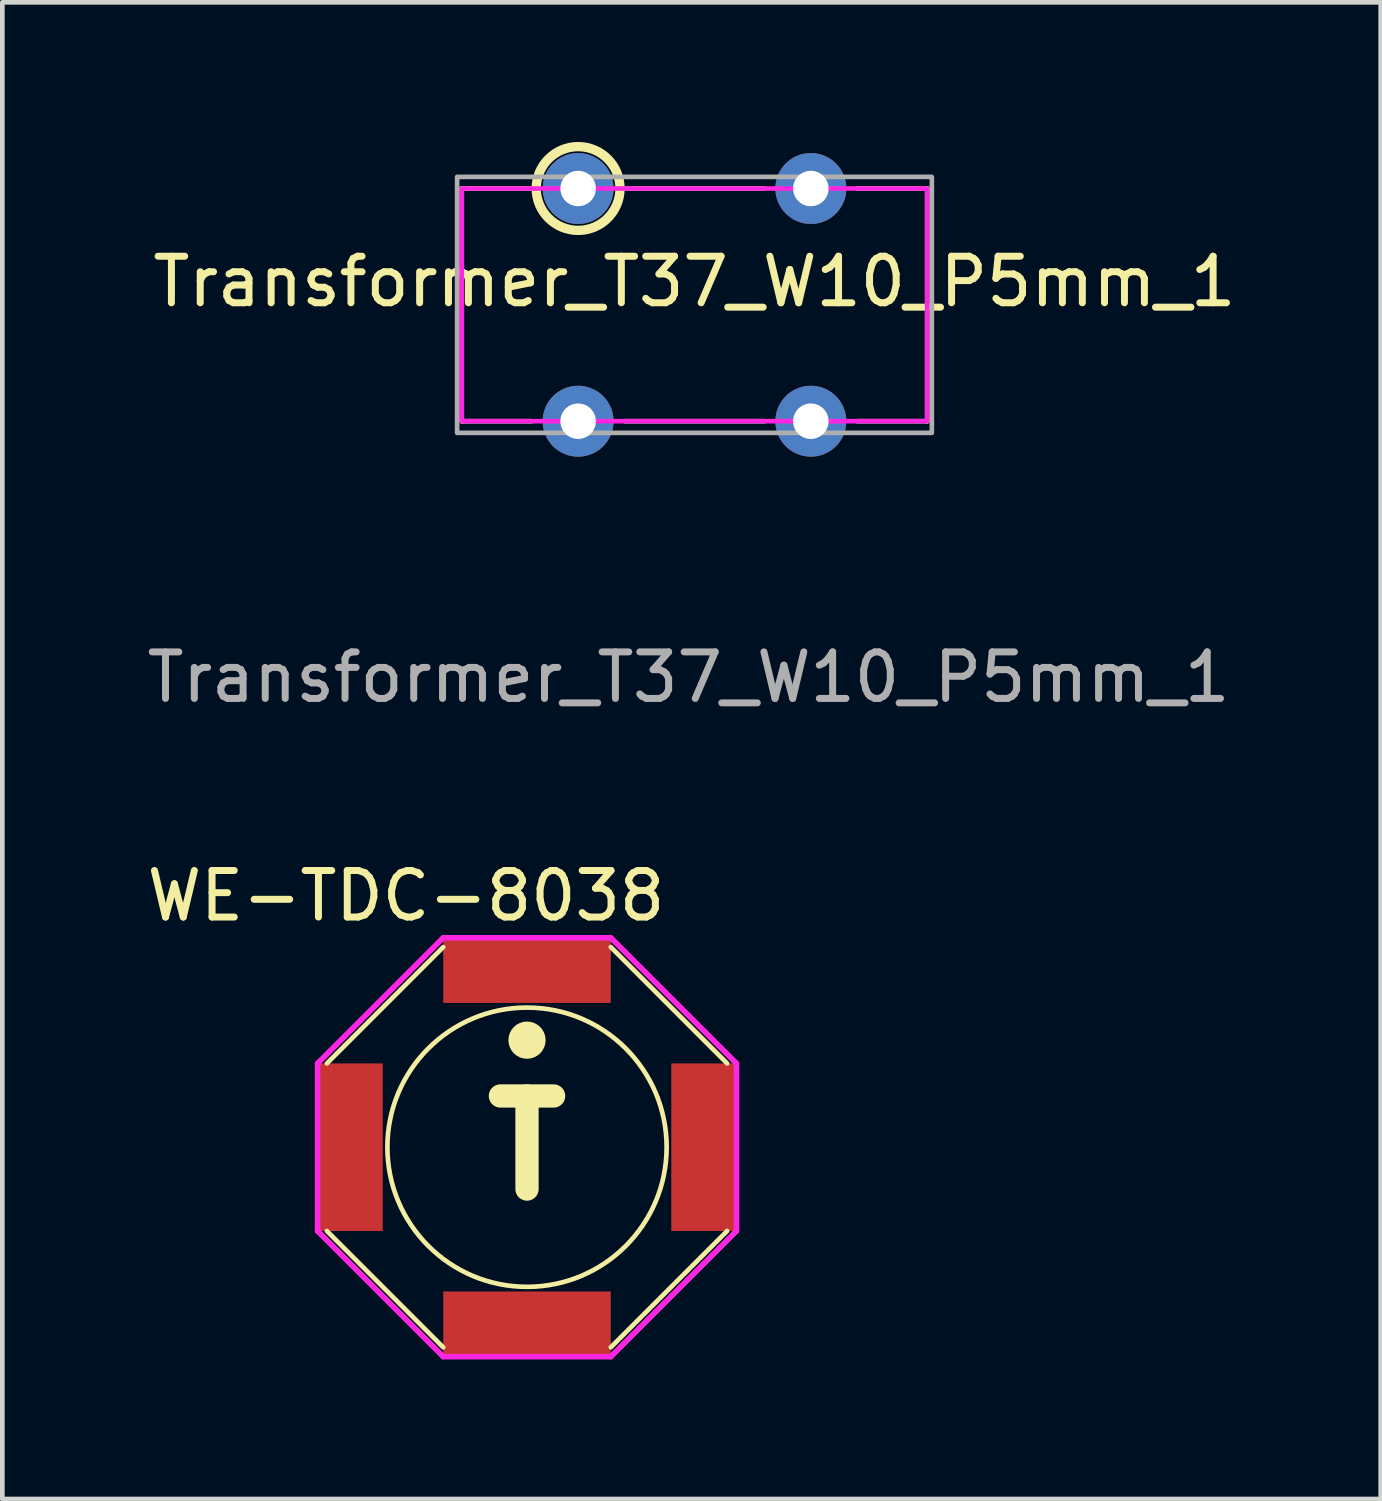
<source format=kicad_pcb>
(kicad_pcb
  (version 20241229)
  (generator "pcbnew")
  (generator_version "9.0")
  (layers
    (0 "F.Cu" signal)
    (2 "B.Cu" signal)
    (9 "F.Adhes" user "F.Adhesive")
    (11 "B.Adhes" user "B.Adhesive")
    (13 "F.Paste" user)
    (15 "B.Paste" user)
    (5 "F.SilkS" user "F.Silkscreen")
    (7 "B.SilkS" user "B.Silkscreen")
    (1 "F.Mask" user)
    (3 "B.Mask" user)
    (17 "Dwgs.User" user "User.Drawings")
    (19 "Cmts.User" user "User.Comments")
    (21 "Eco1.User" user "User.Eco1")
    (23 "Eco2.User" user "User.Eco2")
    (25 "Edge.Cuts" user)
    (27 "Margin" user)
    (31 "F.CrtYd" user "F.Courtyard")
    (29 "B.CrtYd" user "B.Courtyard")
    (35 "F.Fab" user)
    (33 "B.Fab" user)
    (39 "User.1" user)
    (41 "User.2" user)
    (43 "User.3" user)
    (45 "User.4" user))
  (footprint "Transformer_T37_W10_P5mm_1"
    (layer "F.Cu")
    (at 11.871 3.5)
    (property "Reference" "Transformer_T37_W10_P5mm_1" (at 0 -0.5 0) (unlocked yes) (layer "F.SilkS") (effects (font (size 1 1) (thickness 0.15))))
    (attr through_hole)
    (fp_line (start -5 -2.5) (end -3.5 -2.5) (stroke (width 0.1) (type default)) (layer "F.SilkS"))
    (fp_line (start -5 2.5) (end -5 -2.5) (stroke (width 0.1) (type default)) (layer "F.SilkS"))
    (fp_line (start -3.5 2.5) (end -5 2.5) (stroke (width 0.1) (type default)) (layer "F.SilkS"))
    (fp_line (start -1.5 -2.5) (end 1.5 -2.5) (stroke (width 0.1) (type default)) (layer "F.SilkS"))
    (fp_line (start 1.5 2.5) (end -1.5 2.5) (stroke (width 0.1) (type default)) (layer "F.SilkS"))
    (fp_line (start 3.5 -2.5) (end 5 -2.5) (stroke (width 0.1) (type default)) (layer "F.SilkS"))
    (fp_line (start 5 -2.5) (end 5 2.5) (stroke (width 0.1) (type default)) (layer "F.SilkS"))
    (fp_line (start 5 2.5) (end 3.5 2.5) (stroke (width 0.1) (type default)) (layer "F.SilkS"))
    (fp_circle (center -2.5 -2.5) (end -1.6 -2.5) (stroke (width 0.2) (type solid)) (fill no) (layer "F.SilkS"))
    (fp_rect (start -5 -2.5) (end 5 2.5) (stroke (width 0.1) (type default)) (fill no) (layer "F.CrtYd"))
    (fp_rect (start -5.1 -2.75) (end 5.1 2.75) (stroke (width 0.1) (type default)) (fill no) (layer "F.Fab"))
    (fp_text user "${REFERENCE}" (at -0.127 8.001 0) (unlocked yes) (layer "F.Fab") (effects (font (size 1 1) (thickness 0.15))))
    (pad "1" thru_hole circle (at -2.5 -2.5) (size 1.524 1.524) (drill 0.762) (layers "*.Cu" "*.Mask"))
    (pad "2" thru_hole circle (at 2.5 -2.5) (size 1.524 1.524) (drill 0.762) (layers "*.Cu" "*.Mask"))
    (pad "3" thru_hole circle (at 2.5 2.5) (size 1.524 1.524) (drill 0.762) (layers "*.Cu" "*.Mask"))
    (pad "4" thru_hole circle (at -2.5 2.5) (size 1.524 1.524) (drill 0.762) (layers "*.Cu" "*.Mask")))
  (footprint "WE-TDC-8038"
    (layer "F.Cu")
    (at 8.273 21.598)
    (property "Reference" "WE-TDC-8038" (at -2.6 -5.4 0) (layer "F.SilkS") (effects (font (size 1 1) (thickness 0.15))))
    (attr smd)
    (fp_line (start -4.3 -1.8) (end -1.8 -4.3) (stroke (width 0.1) (type solid)) (layer "F.SilkS"))
    (fp_line (start -1.8 4.3) (end -4.3 1.8) (stroke (width 0.1) (type solid)) (layer "F.SilkS"))
    (fp_line (start 1.8 -4.3) (end 4.3 -1.8) (stroke (width 0.1) (type solid)) (layer "F.SilkS"))
    (fp_line (start 4.3 1.8) (end 1.8 4.3) (stroke (width 0.1) (type solid)) (layer "F.SilkS"))
    (fp_circle (center 0 -2.3) (end 0.2 -2.3) (stroke (width 0.4) (type solid)) (fill no) (layer "F.SilkS"))
    (fp_circle (center 0 0) (end 0 -3) (stroke (width 0.1) (type solid)) (fill no) (layer "F.SilkS"))
    (fp_line (start -4.5 -1.8) (end -1.8 -4.5) (stroke (width 0.12) (type solid)) (layer "F.CrtYd"))
    (fp_line (start -4.5 1.8) (end -4.5 -1.8) (stroke (width 0.12) (type solid)) (layer "F.CrtYd"))
    (fp_line (start -1.8 -4.5) (end 1.8 -4.5) (stroke (width 0.12) (type solid)) (layer "F.CrtYd"))
    (fp_line (start -1.8 4.5) (end -4.5 1.8) (stroke (width 0.12) (type solid)) (layer "F.CrtYd"))
    (fp_line (start 1.8 -4.5) (end 4.5 -1.8) (stroke (width 0.12) (type solid)) (layer "F.CrtYd"))
    (fp_line (start 1.8 4.5) (end -1.8 4.5) (stroke (width 0.12) (type solid)) (layer "F.CrtYd"))
    (fp_line (start 4.5 -1.8) (end 4.5 1.8) (stroke (width 0.12) (type solid)) (layer "F.CrtYd"))
    (fp_line (start 4.5 1.8) (end 1.8 4.5) (stroke (width 0.12) (type solid)) (layer "F.CrtYd"))
    (fp_text user "T" (at 0 0 0) (layer "F.SilkS") (effects (font (size 2 2) (thickness 0.5))))
    (pad "1" smd rect (at 0 -3.8) (size 3.6 1.4) (layers "F.Cu" "F.Mask" "F.Paste"))
    (pad "2" smd rect (at 3.8 0 90) (size 3.6 1.4) (layers "F.Cu" "F.Mask" "F.Paste"))
    (pad "3" smd rect (at 0 3.8) (size 3.6 1.4) (layers "F.Cu" "F.Mask" "F.Paste"))
    (pad "4" smd rect (at -3.8 0 90) (size 3.6 1.4) (layers "F.Cu" "F.Mask" "F.Paste")))
  (gr_rect
    (start -3 -3)
    (end 26.615 29.157)
    (stroke (width 0.1) (type default))
    (fill no)
    (layer "Edge.Cuts")))
</source>
